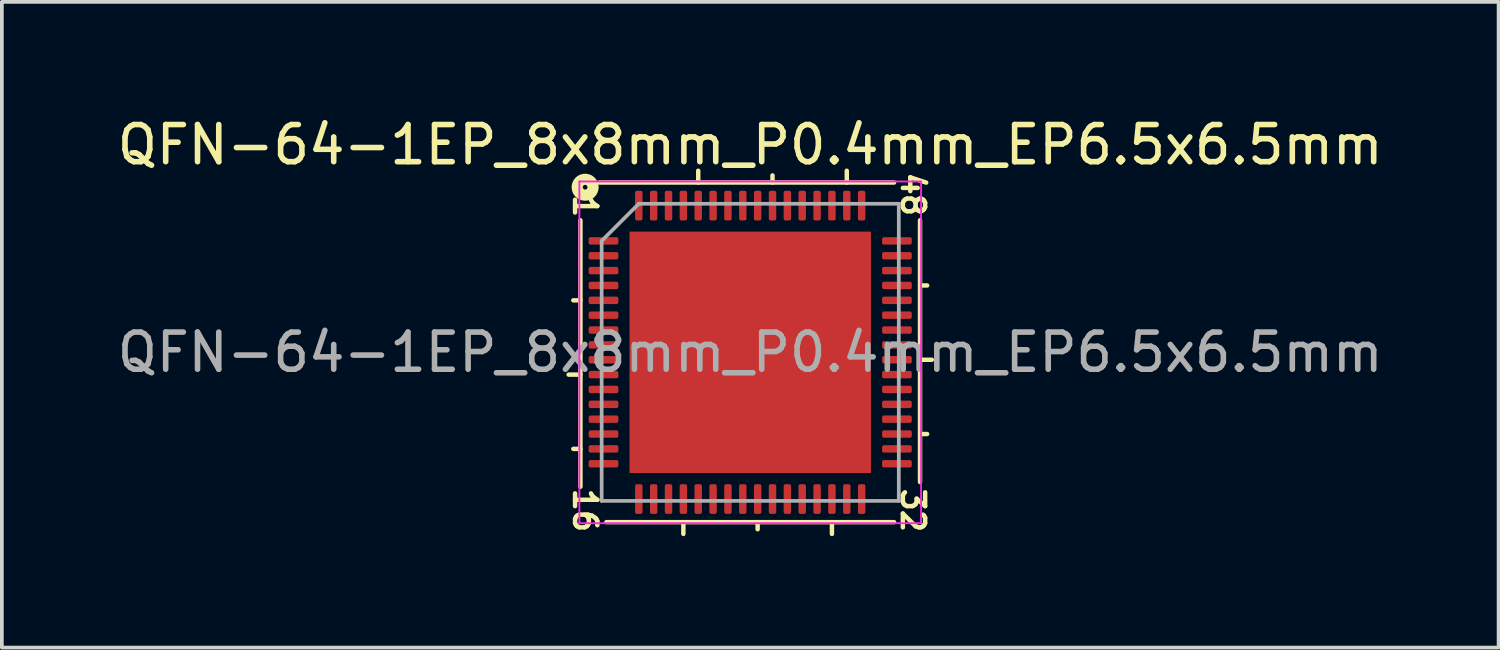
<source format=kicad_pcb>
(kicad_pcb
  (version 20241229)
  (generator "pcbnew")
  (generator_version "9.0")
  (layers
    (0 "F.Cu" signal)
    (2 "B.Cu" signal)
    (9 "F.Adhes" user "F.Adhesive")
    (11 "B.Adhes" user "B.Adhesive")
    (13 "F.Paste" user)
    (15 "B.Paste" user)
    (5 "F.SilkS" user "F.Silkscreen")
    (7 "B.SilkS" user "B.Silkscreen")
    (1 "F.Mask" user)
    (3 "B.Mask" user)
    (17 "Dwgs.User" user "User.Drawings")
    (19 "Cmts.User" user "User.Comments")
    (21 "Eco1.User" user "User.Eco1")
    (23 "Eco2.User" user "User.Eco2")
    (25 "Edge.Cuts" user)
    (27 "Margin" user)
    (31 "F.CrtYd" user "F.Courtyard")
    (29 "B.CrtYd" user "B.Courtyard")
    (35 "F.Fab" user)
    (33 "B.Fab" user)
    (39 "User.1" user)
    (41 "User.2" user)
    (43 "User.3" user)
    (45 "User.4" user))
  (footprint "QFN-64-1EP_8x8mm_P0.4mm_EP6.5x6.5mm"
    (layer "F.Cu")
    (at 17.149 6.436)
    (property "Reference" "QFN-64-1EP_8x8mm_P0.4mm_EP6.5x6.5mm" (at 0 -5.588 0) (layer "F.SilkS") (effects (font (size 1 1) (thickness 0.15))))
    (attr smd)
    (fp_line (start -4.572 -3.556) (end -4.572 3.619) (stroke (width 0.12) (type solid)) (layer "F.SilkS"))
    (fp_line (start -4.572 -1.4) (end -4.763 -1.4) (stroke (width 0.12) (type solid)) (layer "F.SilkS"))
    (fp_line (start -4.572 0.6) (end -4.889 0.6) (stroke (width 0.12) (type solid)) (layer "F.SilkS"))
    (fp_line (start -4.572 2.6) (end -4.763 2.6) (stroke (width 0.12) (type solid)) (layer "F.SilkS"))
    (fp_line (start -3.873 4.572) (end 3.873 4.572) (stroke (width 0.12) (type solid)) (layer "F.SilkS"))
    (fp_line (start -1.8 4.572) (end -1.8 4.889) (stroke (width 0.12) (type solid)) (layer "F.SilkS"))
    (fp_line (start -1.4 -4.572) (end -1.4 -4.889) (stroke (width 0.12) (type solid)) (layer "F.SilkS"))
    (fp_line (start 0.2 4.572) (end 0.2 4.763) (stroke (width 0.12) (type solid)) (layer "F.SilkS"))
    (fp_line (start 0.6 -4.572) (end 0.6 -4.763) (stroke (width 0.12) (type solid)) (layer "F.SilkS"))
    (fp_line (start 2.2 4.572) (end 2.2 4.889) (stroke (width 0.12) (type solid)) (layer "F.SilkS"))
    (fp_line (start 2.6 -4.572) (end 2.6 -4.889) (stroke (width 0.12) (type solid)) (layer "F.SilkS"))
    (fp_line (start 3.873 -4.572) (end -4.064 -4.572) (stroke (width 0.12) (type solid)) (layer "F.SilkS"))
    (fp_line (start 4.572 -1.8) (end 4.763 -1.8) (stroke (width 0.12) (type solid)) (layer "F.SilkS"))
    (fp_line (start 4.572 0.2) (end 4.889 0.2) (stroke (width 0.12) (type solid)) (layer "F.SilkS"))
    (fp_line (start 4.572 2.2) (end 4.763 2.2) (stroke (width 0.12) (type solid)) (layer "F.SilkS"))
    (fp_line (start 4.572 3.493) (end 4.572 -3.556) (stroke (width 0.12) (type solid)) (layer "F.SilkS"))
    (fp_circle (center -4.445 -4.445) (end -4.381 -4.445) (stroke (width 0.3) (type solid)) (fill no) (layer "F.SilkS"))
    (fp_line (start -4.6 -4.6) (end -4.6 4.6) (stroke (width 0.05) (type solid)) (layer "F.CrtYd"))
    (fp_line (start -4.6 4.6) (end 4.6 4.6) (stroke (width 0.05) (type solid)) (layer "F.CrtYd"))
    (fp_line (start 4.6 -4.6) (end -4.6 -4.6) (stroke (width 0.05) (type solid)) (layer "F.CrtYd"))
    (fp_line (start 4.6 4.6) (end 4.6 -4.6) (stroke (width 0.05) (type solid)) (layer "F.CrtYd"))
    (fp_line (start -4 -3) (end -3 -4) (stroke (width 0.1) (type solid)) (layer "F.Fab"))
    (fp_line (start -4 4) (end -4 -3) (stroke (width 0.1) (type solid)) (layer "F.Fab"))
    (fp_line (start -3 -4) (end 4 -4) (stroke (width 0.1) (type solid)) (layer "F.Fab"))
    (fp_line (start 4 -4) (end 4 4) (stroke (width 0.1) (type solid)) (layer "F.Fab"))
    (fp_line (start 4 4) (end -4 4) (stroke (width 0.1) (type solid)) (layer "F.Fab"))
    (fp_text user "1" (at -4.445 -3.937 270) (unlocked yes) (layer "F.SilkS") (effects (font (size 0.6 0.6) (thickness 0.12))))
    (fp_text user "16" (at -4.445 4.255 270) (unlocked yes) (layer "F.SilkS") (effects (font (size 0.6 0.6) (thickness 0.12))))
    (fp_text user "48" (at 4.381 -4.255 270) (unlocked yes) (layer "F.SilkS") (effects (font (size 0.6 0.6) (thickness 0.12))))
    (fp_text user "32" (at 4.381 4.255 270) (unlocked yes) (layer "F.SilkS") (effects (font (size 0.6 0.6) (thickness 0.12))))
    (fp_text user "${REFERENCE}" (at 0 0 0) (layer "F.Fab") (effects (font (size 1 1) (thickness 0.15))))
    (pad "" smd roundrect (at -2.6 -2.6) (size 1.05 1.05) (layers "F.Paste") (roundrect_rratio 0.238))
    (pad "" smd roundrect (at -2.6 -1.3) (size 1.05 1.05) (layers "F.Paste") (roundrect_rratio 0.238))
    (pad "" smd roundrect (at -2.6 0) (size 1.05 1.05) (layers "F.Paste") (roundrect_rratio 0.238))
    (pad "" smd roundrect (at -2.6 1.3) (size 1.05 1.05) (layers "F.Paste") (roundrect_rratio 0.238))
    (pad "" smd roundrect (at -2.6 2.6) (size 1.05 1.05) (layers "F.Paste") (roundrect_rratio 0.238))
    (pad "" smd roundrect (at -1.3 -2.6) (size 1.05 1.05) (layers "F.Paste") (roundrect_rratio 0.238))
    (pad "" smd roundrect (at -1.3 -1.3) (size 1.05 1.05) (layers "F.Paste") (roundrect_rratio 0.238))
    (pad "" smd roundrect (at -1.3 0) (size 1.05 1.05) (layers "F.Paste") (roundrect_rratio 0.238))
    (pad "" smd roundrect (at -1.3 1.3) (size 1.05 1.05) (layers "F.Paste") (roundrect_rratio 0.238))
    (pad "" smd roundrect (at -1.3 2.6) (size 1.05 1.05) (layers "F.Paste") (roundrect_rratio 0.238))
    (pad "" smd roundrect (at 0 -2.6) (size 1.05 1.05) (layers "F.Paste") (roundrect_rratio 0.238))
    (pad "" smd roundrect (at 0 -1.3) (size 1.05 1.05) (layers "F.Paste") (roundrect_rratio 0.238))
    (pad "" smd roundrect (at 0 0) (size 1.05 1.05) (layers "F.Paste") (roundrect_rratio 0.238))
    (pad "" smd roundrect (at 0 1.3) (size 1.05 1.05) (layers "F.Paste") (roundrect_rratio 0.238))
    (pad "" smd roundrect (at 0 2.6) (size 1.05 1.05) (layers "F.Paste") (roundrect_rratio 0.238))
    (pad "" smd roundrect (at 1.3 -2.6) (size 1.05 1.05) (layers "F.Paste") (roundrect_rratio 0.238))
    (pad "" smd roundrect (at 1.3 -1.3) (size 1.05 1.05) (layers "F.Paste") (roundrect_rratio 0.238))
    (pad "" smd roundrect (at 1.3 0) (size 1.05 1.05) (layers "F.Paste") (roundrect_rratio 0.238))
    (pad "" smd roundrect (at 1.3 1.3) (size 1.05 1.05) (layers "F.Paste") (roundrect_rratio 0.238))
    (pad "" smd roundrect (at 1.3 2.6) (size 1.05 1.05) (layers "F.Paste") (roundrect_rratio 0.238))
    (pad "" smd roundrect (at 2.6 -2.6) (size 1.05 1.05) (layers "F.Paste") (roundrect_rratio 0.238))
    (pad "" smd roundrect (at 2.6 -1.3) (size 1.05 1.05) (layers "F.Paste") (roundrect_rratio 0.238))
    (pad "" smd roundrect (at 2.6 0) (size 1.05 1.05) (layers "F.Paste") (roundrect_rratio 0.238))
    (pad "" smd roundrect (at 2.6 1.3) (size 1.05 1.05) (layers "F.Paste") (roundrect_rratio 0.238))
    (pad "" smd roundrect (at 2.6 2.6) (size 1.05 1.05) (layers "F.Paste") (roundrect_rratio 0.238))
    (pad "1" smd roundrect (at -3.95 -3) (size 0.8 0.2) (layers "F.Cu" "F.Mask" "F.Paste") (roundrect_rratio 0.25))
    (pad "2" smd roundrect (at -3.95 -2.6) (size 0.8 0.2) (layers "F.Cu" "F.Mask" "F.Paste") (roundrect_rratio 0.25))
    (pad "3" smd roundrect (at -3.95 -2.2) (size 0.8 0.2) (layers "F.Cu" "F.Mask" "F.Paste") (roundrect_rratio 0.25))
    (pad "4" smd roundrect (at -3.95 -1.8) (size 0.8 0.2) (layers "F.Cu" "F.Mask" "F.Paste") (roundrect_rratio 0.25))
    (pad "5" smd roundrect (at -3.95 -1.4) (size 0.8 0.2) (layers "F.Cu" "F.Mask" "F.Paste") (roundrect_rratio 0.25))
    (pad "6" smd roundrect (at -3.95 -1) (size 0.8 0.2) (layers "F.Cu" "F.Mask" "F.Paste") (roundrect_rratio 0.25))
    (pad "7" smd roundrect (at -3.95 -0.6) (size 0.8 0.2) (layers "F.Cu" "F.Mask" "F.Paste") (roundrect_rratio 0.25))
    (pad "8" smd roundrect (at -3.95 -0.2) (size 0.8 0.2) (layers "F.Cu" "F.Mask" "F.Paste") (roundrect_rratio 0.25))
    (pad "9" smd roundrect (at -3.95 0.2) (size 0.8 0.2) (layers "F.Cu" "F.Mask" "F.Paste") (roundrect_rratio 0.25))
    (pad "10" smd roundrect (at -3.95 0.6) (size 0.8 0.2) (layers "F.Cu" "F.Mask" "F.Paste") (roundrect_rratio 0.25))
    (pad "11" smd roundrect (at -3.95 1) (size 0.8 0.2) (layers "F.Cu" "F.Mask" "F.Paste") (roundrect_rratio 0.25))
    (pad "12" smd roundrect (at -3.95 1.4) (size 0.8 0.2) (layers "F.Cu" "F.Mask" "F.Paste") (roundrect_rratio 0.25))
    (pad "13" smd roundrect (at -3.95 1.8) (size 0.8 0.2) (layers "F.Cu" "F.Mask" "F.Paste") (roundrect_rratio 0.25))
    (pad "14" smd roundrect (at -3.95 2.2) (size 0.8 0.2) (layers "F.Cu" "F.Mask" "F.Paste") (roundrect_rratio 0.25))
    (pad "15" smd roundrect (at -3.95 2.6) (size 0.8 0.2) (layers "F.Cu" "F.Mask" "F.Paste") (roundrect_rratio 0.25))
    (pad "16" smd roundrect (at -3.95 3) (size 0.8 0.2) (layers "F.Cu" "F.Mask" "F.Paste") (roundrect_rratio 0.25))
    (pad "17" smd roundrect (at -3 3.95) (size 0.2 0.8) (layers "F.Cu" "F.Mask" "F.Paste") (roundrect_rratio 0.25))
    (pad "18" smd roundrect (at -2.6 3.95) (size 0.2 0.8) (layers "F.Cu" "F.Mask" "F.Paste") (roundrect_rratio 0.25))
    (pad "19" smd roundrect (at -2.2 3.95) (size 0.2 0.8) (layers "F.Cu" "F.Mask" "F.Paste") (roundrect_rratio 0.25))
    (pad "20" smd roundrect (at -1.8 3.95) (size 0.2 0.8) (layers "F.Cu" "F.Mask" "F.Paste") (roundrect_rratio 0.25))
    (pad "21" smd roundrect (at -1.4 3.95) (size 0.2 0.8) (layers "F.Cu" "F.Mask" "F.Paste") (roundrect_rratio 0.25))
    (pad "22" smd roundrect (at -1 3.95) (size 0.2 0.8) (layers "F.Cu" "F.Mask" "F.Paste") (roundrect_rratio 0.25))
    (pad "23" smd roundrect (at -0.6 3.95) (size 0.2 0.8) (layers "F.Cu" "F.Mask" "F.Paste") (roundrect_rratio 0.25))
    (pad "24" smd roundrect (at -0.2 3.95) (size 0.2 0.8) (layers "F.Cu" "F.Mask" "F.Paste") (roundrect_rratio 0.25))
    (pad "25" smd roundrect (at 0.2 3.95) (size 0.2 0.8) (layers "F.Cu" "F.Mask" "F.Paste") (roundrect_rratio 0.25))
    (pad "26" smd roundrect (at 0.6 3.95) (size 0.2 0.8) (layers "F.Cu" "F.Mask" "F.Paste") (roundrect_rratio 0.25))
    (pad "27" smd roundrect (at 1 3.95) (size 0.2 0.8) (layers "F.Cu" "F.Mask" "F.Paste") (roundrect_rratio 0.25))
    (pad "28" smd roundrect (at 1.4 3.95) (size 0.2 0.8) (layers "F.Cu" "F.Mask" "F.Paste") (roundrect_rratio 0.25))
    (pad "29" smd roundrect (at 1.8 3.95) (size 0.2 0.8) (layers "F.Cu" "F.Mask" "F.Paste") (roundrect_rratio 0.25))
    (pad "30" smd roundrect (at 2.2 3.95) (size 0.2 0.8) (layers "F.Cu" "F.Mask" "F.Paste") (roundrect_rratio 0.25))
    (pad "31" smd roundrect (at 2.6 3.95) (size 0.2 0.8) (layers "F.Cu" "F.Mask" "F.Paste") (roundrect_rratio 0.25))
    (pad "32" smd roundrect (at 3 3.95) (size 0.2 0.8) (layers "F.Cu" "F.Mask" "F.Paste") (roundrect_rratio 0.25))
    (pad "33" smd roundrect (at 3.95 3) (size 0.8 0.2) (layers "F.Cu" "F.Mask" "F.Paste") (roundrect_rratio 0.25))
    (pad "34" smd roundrect (at 3.95 2.6) (size 0.8 0.2) (layers "F.Cu" "F.Mask" "F.Paste") (roundrect_rratio 0.25))
    (pad "35" smd roundrect (at 3.95 2.2) (size 0.8 0.2) (layers "F.Cu" "F.Mask" "F.Paste") (roundrect_rratio 0.25))
    (pad "36" smd roundrect (at 3.95 1.8) (size 0.8 0.2) (layers "F.Cu" "F.Mask" "F.Paste") (roundrect_rratio 0.25))
    (pad "37" smd roundrect (at 3.95 1.4) (size 0.8 0.2) (layers "F.Cu" "F.Mask" "F.Paste") (roundrect_rratio 0.25))
    (pad "38" smd roundrect (at 3.95 1) (size 0.8 0.2) (layers "F.Cu" "F.Mask" "F.Paste") (roundrect_rratio 0.25))
    (pad "39" smd roundrect (at 3.95 0.6) (size 0.8 0.2) (layers "F.Cu" "F.Mask" "F.Paste") (roundrect_rratio 0.25))
    (pad "40" smd roundrect (at 3.95 0.2) (size 0.8 0.2) (layers "F.Cu" "F.Mask" "F.Paste") (roundrect_rratio 0.25))
    (pad "41" smd roundrect (at 3.95 -0.2) (size 0.8 0.2) (layers "F.Cu" "F.Mask" "F.Paste") (roundrect_rratio 0.25))
    (pad "42" smd roundrect (at 3.95 -0.6) (size 0.8 0.2) (layers "F.Cu" "F.Mask" "F.Paste") (roundrect_rratio 0.25))
    (pad "43" smd roundrect (at 3.95 -1) (size 0.8 0.2) (layers "F.Cu" "F.Mask" "F.Paste") (roundrect_rratio 0.25))
    (pad "44" smd roundrect (at 3.95 -1.4) (size 0.8 0.2) (layers "F.Cu" "F.Mask" "F.Paste") (roundrect_rratio 0.25))
    (pad "45" smd roundrect (at 3.95 -1.8) (size 0.8 0.2) (layers "F.Cu" "F.Mask" "F.Paste") (roundrect_rratio 0.25))
    (pad "46" smd roundrect (at 3.95 -2.2) (size 0.8 0.2) (layers "F.Cu" "F.Mask" "F.Paste") (roundrect_rratio 0.25))
    (pad "47" smd roundrect (at 3.95 -2.6) (size 0.8 0.2) (layers "F.Cu" "F.Mask" "F.Paste") (roundrect_rratio 0.25))
    (pad "48" smd roundrect (at 3.95 -3) (size 0.8 0.2) (layers "F.Cu" "F.Mask" "F.Paste") (roundrect_rratio 0.25))
    (pad "49" smd roundrect (at 3 -3.95) (size 0.2 0.8) (layers "F.Cu" "F.Mask" "F.Paste") (roundrect_rratio 0.25))
    (pad "50" smd roundrect (at 2.6 -3.95) (size 0.2 0.8) (layers "F.Cu" "F.Mask" "F.Paste") (roundrect_rratio 0.25))
    (pad "51" smd roundrect (at 2.2 -3.95) (size 0.2 0.8) (layers "F.Cu" "F.Mask" "F.Paste") (roundrect_rratio 0.25))
    (pad "52" smd roundrect (at 1.8 -3.95) (size 0.2 0.8) (layers "F.Cu" "F.Mask" "F.Paste") (roundrect_rratio 0.25))
    (pad "53" smd roundrect (at 1.4 -3.95) (size 0.2 0.8) (layers "F.Cu" "F.Mask" "F.Paste") (roundrect_rratio 0.25))
    (pad "54" smd roundrect (at 1 -3.95) (size 0.2 0.8) (layers "F.Cu" "F.Mask" "F.Paste") (roundrect_rratio 0.25))
    (pad "55" smd roundrect (at 0.6 -3.95) (size 0.2 0.8) (layers "F.Cu" "F.Mask" "F.Paste") (roundrect_rratio 0.25))
    (pad "56" smd roundrect (at 0.2 -3.95) (size 0.2 0.8) (layers "F.Cu" "F.Mask" "F.Paste") (roundrect_rratio 0.25))
    (pad "57" smd roundrect (at -0.2 -3.95) (size 0.2 0.8) (layers "F.Cu" "F.Mask" "F.Paste") (roundrect_rratio 0.25))
    (pad "58" smd roundrect (at -0.6 -3.95) (size 0.2 0.8) (layers "F.Cu" "F.Mask" "F.Paste") (roundrect_rratio 0.25))
    (pad "59" smd roundrect (at -1 -3.95) (size 0.2 0.8) (layers "F.Cu" "F.Mask" "F.Paste") (roundrect_rratio 0.25))
    (pad "60" smd roundrect (at -1.4 -3.95) (size 0.2 0.8) (layers "F.Cu" "F.Mask" "F.Paste") (roundrect_rratio 0.25))
    (pad "61" smd roundrect (at -1.8 -3.95) (size 0.2 0.8) (layers "F.Cu" "F.Mask" "F.Paste") (roundrect_rratio 0.25))
    (pad "62" smd roundrect (at -2.2 -3.95) (size 0.2 0.8) (layers "F.Cu" "F.Mask" "F.Paste") (roundrect_rratio 0.25))
    (pad "63" smd roundrect (at -2.6 -3.95) (size 0.2 0.8) (layers "F.Cu" "F.Mask" "F.Paste") (roundrect_rratio 0.25))
    (pad "64" smd roundrect (at -3 -3.95) (size 0.2 0.8) (layers "F.Cu" "F.Mask" "F.Paste") (roundrect_rratio 0.25))
    (pad "65" smd rect (at 0 0) (size 6.5 6.5) (layers "F.Cu" "F.Mask")))
  (gr_rect
    (start -3 -3)
    (end 37.298 14.386)
    (stroke (width 0.1) (type default))
    (fill no)
    (layer "Edge.Cuts")))
</source>
